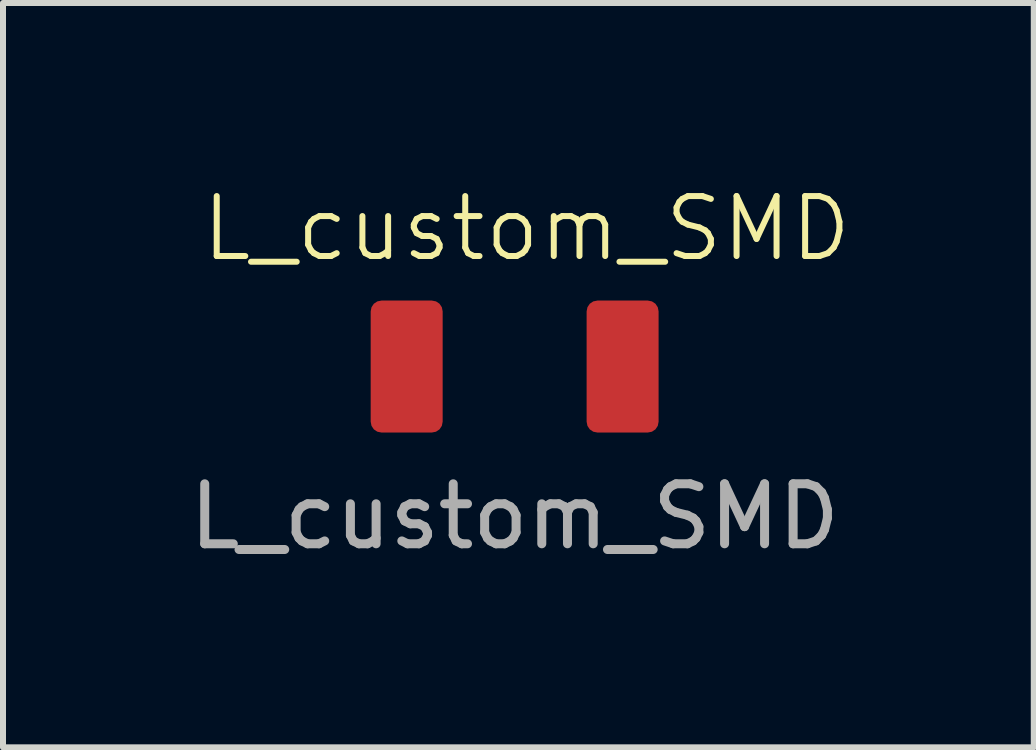
<source format=kicad_pcb>
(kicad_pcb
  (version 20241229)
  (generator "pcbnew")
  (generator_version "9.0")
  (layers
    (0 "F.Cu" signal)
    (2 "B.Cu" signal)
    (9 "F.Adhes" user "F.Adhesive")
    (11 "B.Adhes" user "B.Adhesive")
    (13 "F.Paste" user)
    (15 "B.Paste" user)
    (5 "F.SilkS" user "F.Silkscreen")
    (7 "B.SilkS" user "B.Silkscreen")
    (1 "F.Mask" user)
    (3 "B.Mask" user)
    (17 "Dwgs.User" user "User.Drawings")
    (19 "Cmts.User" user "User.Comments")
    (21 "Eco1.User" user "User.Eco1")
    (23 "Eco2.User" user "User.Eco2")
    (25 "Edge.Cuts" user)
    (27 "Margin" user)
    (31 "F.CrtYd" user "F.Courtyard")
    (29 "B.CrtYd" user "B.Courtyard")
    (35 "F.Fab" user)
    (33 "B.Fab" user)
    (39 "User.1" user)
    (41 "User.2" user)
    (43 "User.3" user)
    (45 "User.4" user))
  (footprint "L_custom_SMD"
    (layer "F.Cu")
    (at 5.53 3.061)
    (property "Reference" "L_custom_SMD" (at 0.2 -2.3 0) (unlocked yes) (layer "F.SilkS") (effects (font (size 1 1) (thickness 0.1))))
    (attr smd)
    (fp_text user "${REFERENCE}" (at 0 2.5 0) (unlocked yes) (layer "F.Fab") (effects (font (size 1 1) (thickness 0.15))))
    (pad "1" smd roundrect (at -1.8 0) (size 1.2 2.2) (layers "F.Cu" "F.Mask" "F.Paste") (roundrect_rratio 0.15))
    (pad "2" smd roundrect (at 1.8 0) (size 1.2 2.2) (layers "F.Cu" "F.Mask" "F.Paste") (roundrect_rratio 0.15)))
  (gr_rect
    (start -3 -3)
    (end 14.185 9.409)
    (stroke (width 0.1) (type default))
    (fill no)
    (layer "Edge.Cuts")))
</source>
